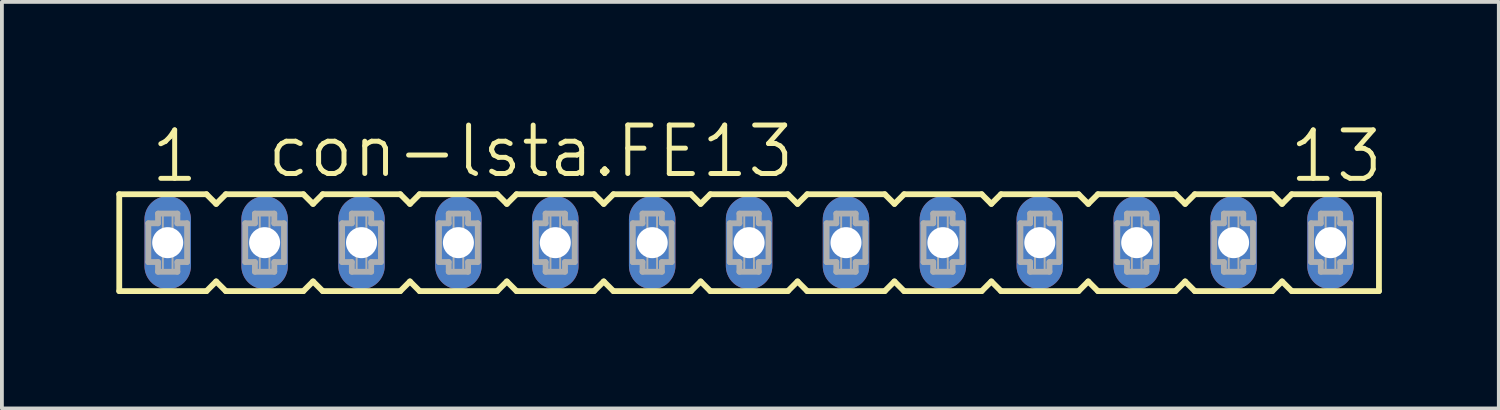
<source format=kicad_pcb>
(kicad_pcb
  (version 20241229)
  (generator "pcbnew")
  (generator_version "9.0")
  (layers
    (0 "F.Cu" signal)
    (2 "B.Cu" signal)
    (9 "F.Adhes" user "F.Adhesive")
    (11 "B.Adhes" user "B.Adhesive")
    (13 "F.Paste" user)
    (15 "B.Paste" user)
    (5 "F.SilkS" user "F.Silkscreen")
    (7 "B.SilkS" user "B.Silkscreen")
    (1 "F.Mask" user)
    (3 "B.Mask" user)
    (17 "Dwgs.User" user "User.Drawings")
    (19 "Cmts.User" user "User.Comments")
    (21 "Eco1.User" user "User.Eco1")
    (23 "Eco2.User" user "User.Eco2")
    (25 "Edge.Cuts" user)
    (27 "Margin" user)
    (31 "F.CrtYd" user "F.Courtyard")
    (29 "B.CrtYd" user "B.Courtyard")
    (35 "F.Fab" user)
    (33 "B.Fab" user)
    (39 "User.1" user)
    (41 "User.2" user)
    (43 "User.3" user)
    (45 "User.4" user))
  (footprint "con-lsta.FE13"
    (layer "F.Cu")
    (at 16.586 3.311)
    (property "Reference" "con-lsta.FE13" (at -12.7 -1.651 0) (layer "F.SilkS") (effects (font (size 1.27 1.27) (thickness 0.13)) (justify left bottom)))
    (attr through_hole)
    (fp_line (start -16.51 -1.27) (end -16.51 1.27) (stroke (width 0.152) (type default)) (layer "F.SilkS"))
    (fp_line (start -16.51 1.27) (end -14.224 1.27) (stroke (width 0.152) (type default)) (layer "F.SilkS"))
    (fp_line (start -14.224 -1.27) (end -16.51 -1.27) (stroke (width 0.152) (type default)) (layer "F.SilkS"))
    (fp_line (start -14.224 1.27) (end -13.97 1.016) (stroke (width 0.152) (type default)) (layer "F.SilkS"))
    (fp_line (start -13.97 -1.016) (end -14.224 -1.27) (stroke (width 0.152) (type default)) (layer "F.SilkS"))
    (fp_line (start -13.97 1.016) (end -13.716 1.27) (stroke (width 0.152) (type default)) (layer "F.SilkS"))
    (fp_line (start -13.716 -1.27) (end -13.97 -1.016) (stroke (width 0.152) (type default)) (layer "F.SilkS"))
    (fp_line (start -13.716 1.27) (end -11.684 1.27) (stroke (width 0.152) (type default)) (layer "F.SilkS"))
    (fp_line (start -11.684 -1.27) (end -13.716 -1.27) (stroke (width 0.152) (type default)) (layer "F.SilkS"))
    (fp_line (start -11.684 1.27) (end -11.43 1.016) (stroke (width 0.152) (type default)) (layer "F.SilkS"))
    (fp_line (start -11.43 -1.016) (end -11.684 -1.27) (stroke (width 0.152) (type default)) (layer "F.SilkS"))
    (fp_line (start -11.43 1.016) (end -11.176 1.27) (stroke (width 0.152) (type default)) (layer "F.SilkS"))
    (fp_line (start -11.176 -1.27) (end -11.43 -1.016) (stroke (width 0.152) (type default)) (layer "F.SilkS"))
    (fp_line (start -11.176 1.27) (end -9.144 1.27) (stroke (width 0.152) (type default)) (layer "F.SilkS"))
    (fp_line (start -9.144 -1.27) (end -11.176 -1.27) (stroke (width 0.152) (type default)) (layer "F.SilkS"))
    (fp_line (start -9.144 1.27) (end -8.89 1.016) (stroke (width 0.152) (type default)) (layer "F.SilkS"))
    (fp_line (start -8.89 -1.016) (end -9.144 -1.27) (stroke (width 0.152) (type default)) (layer "F.SilkS"))
    (fp_line (start -8.89 1.016) (end -8.636 1.27) (stroke (width 0.152) (type default)) (layer "F.SilkS"))
    (fp_line (start -8.636 -1.27) (end -8.89 -1.016) (stroke (width 0.152) (type default)) (layer "F.SilkS"))
    (fp_line (start -8.636 1.27) (end -6.604 1.27) (stroke (width 0.152) (type default)) (layer "F.SilkS"))
    (fp_line (start -6.604 -1.27) (end -8.636 -1.27) (stroke (width 0.152) (type default)) (layer "F.SilkS"))
    (fp_line (start -6.604 1.27) (end -6.35 1.016) (stroke (width 0.152) (type default)) (layer "F.SilkS"))
    (fp_line (start -6.35 -1.016) (end -6.604 -1.27) (stroke (width 0.152) (type default)) (layer "F.SilkS"))
    (fp_line (start -6.35 1.016) (end -6.096 1.27) (stroke (width 0.152) (type default)) (layer "F.SilkS"))
    (fp_line (start -6.096 -1.27) (end -6.35 -1.016) (stroke (width 0.152) (type default)) (layer "F.SilkS"))
    (fp_line (start -6.096 1.27) (end -4.064 1.27) (stroke (width 0.152) (type default)) (layer "F.SilkS"))
    (fp_line (start -4.064 -1.27) (end -6.096 -1.27) (stroke (width 0.152) (type default)) (layer "F.SilkS"))
    (fp_line (start -4.064 1.27) (end -3.81 1.016) (stroke (width 0.152) (type default)) (layer "F.SilkS"))
    (fp_line (start -3.81 -1.016) (end -4.064 -1.27) (stroke (width 0.152) (type default)) (layer "F.SilkS"))
    (fp_line (start -3.81 1.016) (end -3.556 1.27) (stroke (width 0.152) (type default)) (layer "F.SilkS"))
    (fp_line (start -3.556 -1.27) (end -3.81 -1.016) (stroke (width 0.152) (type default)) (layer "F.SilkS"))
    (fp_line (start -3.556 1.27) (end -1.524 1.27) (stroke (width 0.152) (type default)) (layer "F.SilkS"))
    (fp_line (start -1.524 -1.27) (end -3.556 -1.27) (stroke (width 0.152) (type default)) (layer "F.SilkS"))
    (fp_line (start -1.524 1.27) (end -1.27 1.016) (stroke (width 0.152) (type default)) (layer "F.SilkS"))
    (fp_line (start -1.27 -1.016) (end -1.524 -1.27) (stroke (width 0.152) (type default)) (layer "F.SilkS"))
    (fp_line (start -1.27 1.016) (end -1.016 1.27) (stroke (width 0.152) (type default)) (layer "F.SilkS"))
    (fp_line (start -1.016 -1.27) (end -1.27 -1.016) (stroke (width 0.152) (type default)) (layer "F.SilkS"))
    (fp_line (start -1.016 1.27) (end 1.016 1.27) (stroke (width 0.152) (type default)) (layer "F.SilkS"))
    (fp_line (start 1.016 -1.27) (end -1.016 -1.27) (stroke (width 0.152) (type default)) (layer "F.SilkS"))
    (fp_line (start 1.016 1.27) (end 1.27 1.016) (stroke (width 0.152) (type default)) (layer "F.SilkS"))
    (fp_line (start 1.27 -1.016) (end 1.016 -1.27) (stroke (width 0.152) (type default)) (layer "F.SilkS"))
    (fp_line (start 1.27 1.016) (end 1.524 1.27) (stroke (width 0.152) (type default)) (layer "F.SilkS"))
    (fp_line (start 1.524 -1.27) (end 1.27 -1.016) (stroke (width 0.152) (type default)) (layer "F.SilkS"))
    (fp_line (start 1.524 1.27) (end 3.556 1.27) (stroke (width 0.152) (type default)) (layer "F.SilkS"))
    (fp_line (start 3.556 -1.27) (end 1.524 -1.27) (stroke (width 0.152) (type default)) (layer "F.SilkS"))
    (fp_line (start 3.556 1.27) (end 3.81 1.016) (stroke (width 0.152) (type default)) (layer "F.SilkS"))
    (fp_line (start 3.81 -1.016) (end 3.556 -1.27) (stroke (width 0.152) (type default)) (layer "F.SilkS"))
    (fp_line (start 3.81 1.016) (end 4.064 1.27) (stroke (width 0.152) (type default)) (layer "F.SilkS"))
    (fp_line (start 4.064 -1.27) (end 3.81 -1.016) (stroke (width 0.152) (type default)) (layer "F.SilkS"))
    (fp_line (start 4.064 1.27) (end 6.096 1.27) (stroke (width 0.152) (type default)) (layer "F.SilkS"))
    (fp_line (start 6.096 -1.27) (end 4.064 -1.27) (stroke (width 0.152) (type default)) (layer "F.SilkS"))
    (fp_line (start 6.096 1.27) (end 6.35 1.016) (stroke (width 0.152) (type default)) (layer "F.SilkS"))
    (fp_line (start 6.35 -1.016) (end 6.096 -1.27) (stroke (width 0.152) (type default)) (layer "F.SilkS"))
    (fp_line (start 6.35 1.016) (end 6.604 1.27) (stroke (width 0.152) (type default)) (layer "F.SilkS"))
    (fp_line (start 6.604 -1.27) (end 6.35 -1.016) (stroke (width 0.152) (type default)) (layer "F.SilkS"))
    (fp_line (start 6.604 1.27) (end 8.636 1.27) (stroke (width 0.152) (type default)) (layer "F.SilkS"))
    (fp_line (start 8.636 -1.27) (end 6.604 -1.27) (stroke (width 0.152) (type default)) (layer "F.SilkS"))
    (fp_line (start 8.636 1.27) (end 8.89 1.016) (stroke (width 0.152) (type default)) (layer "F.SilkS"))
    (fp_line (start 8.89 -1.016) (end 8.636 -1.27) (stroke (width 0.152) (type default)) (layer "F.SilkS"))
    (fp_line (start 8.89 1.016) (end 9.144 1.27) (stroke (width 0.152) (type default)) (layer "F.SilkS"))
    (fp_line (start 9.144 -1.27) (end 8.89 -1.016) (stroke (width 0.152) (type default)) (layer "F.SilkS"))
    (fp_line (start 9.144 1.27) (end 11.176 1.27) (stroke (width 0.152) (type default)) (layer "F.SilkS"))
    (fp_line (start 11.176 -1.27) (end 9.144 -1.27) (stroke (width 0.152) (type default)) (layer "F.SilkS"))
    (fp_line (start 11.176 1.27) (end 11.43 1.016) (stroke (width 0.152) (type default)) (layer "F.SilkS"))
    (fp_line (start 11.43 -1.016) (end 11.176 -1.27) (stroke (width 0.152) (type default)) (layer "F.SilkS"))
    (fp_line (start 11.43 1.016) (end 11.684 1.27) (stroke (width 0.152) (type default)) (layer "F.SilkS"))
    (fp_line (start 11.684 -1.27) (end 11.43 -1.016) (stroke (width 0.152) (type default)) (layer "F.SilkS"))
    (fp_line (start 11.684 1.27) (end 13.716 1.27) (stroke (width 0.152) (type default)) (layer "F.SilkS"))
    (fp_line (start 13.716 -1.27) (end 11.684 -1.27) (stroke (width 0.152) (type default)) (layer "F.SilkS"))
    (fp_line (start 13.716 1.27) (end 13.97 1.016) (stroke (width 0.152) (type default)) (layer "F.SilkS"))
    (fp_line (start 13.97 -1.016) (end 13.716 -1.27) (stroke (width 0.152) (type default)) (layer "F.SilkS"))
    (fp_line (start 13.97 1.016) (end 14.224 1.27) (stroke (width 0.152) (type default)) (layer "F.SilkS"))
    (fp_line (start 14.224 -1.27) (end 13.97 -1.016) (stroke (width 0.152) (type default)) (layer "F.SilkS"))
    (fp_line (start 14.224 1.27) (end 16.51 1.27) (stroke (width 0.152) (type default)) (layer "F.SilkS"))
    (fp_line (start 16.51 -1.27) (end 14.224 -1.27) (stroke (width 0.152) (type default)) (layer "F.SilkS"))
    (fp_line (start 16.51 1.27) (end 16.51 -1.27) (stroke (width 0.152) (type default)) (layer "F.SilkS"))
    (fp_line (start -15.748 -0.508) (end -15.748 0.508) (stroke (width 0.152) (type default)) (layer "F.Fab"))
    (fp_line (start -15.748 0.508) (end -15.494 0.508) (stroke (width 0.152) (type default)) (layer "F.Fab"))
    (fp_line (start -15.494 -0.762) (end -15.494 -0.508) (stroke (width 0.152) (type default)) (layer "F.Fab"))
    (fp_line (start -15.494 -0.508) (end -15.748 -0.508) (stroke (width 0.152) (type default)) (layer "F.Fab"))
    (fp_line (start -15.494 0.508) (end -15.494 0.762) (stroke (width 0.152) (type default)) (layer "F.Fab"))
    (fp_line (start -15.494 0.762) (end -14.986 0.762) (stroke (width 0.152) (type default)) (layer "F.Fab"))
    (fp_line (start -14.986 -0.762) (end -15.494 -0.762) (stroke (width 0.152) (type default)) (layer "F.Fab"))
    (fp_line (start -14.986 -0.508) (end -14.986 -0.762) (stroke (width 0.152) (type default)) (layer "F.Fab"))
    (fp_line (start -14.986 0.508) (end -14.732 0.508) (stroke (width 0.152) (type default)) (layer "F.Fab"))
    (fp_line (start -14.986 0.762) (end -14.986 0.508) (stroke (width 0.152) (type default)) (layer "F.Fab"))
    (fp_line (start -14.732 -0.508) (end -14.986 -0.508) (stroke (width 0.152) (type default)) (layer "F.Fab"))
    (fp_line (start -14.732 0.508) (end -14.732 -0.508) (stroke (width 0.152) (type default)) (layer "F.Fab"))
    (fp_line (start -13.208 -0.508) (end -13.208 0.508) (stroke (width 0.152) (type default)) (layer "F.Fab"))
    (fp_line (start -13.208 0.508) (end -12.954 0.508) (stroke (width 0.152) (type default)) (layer "F.Fab"))
    (fp_line (start -12.954 -0.762) (end -12.954 -0.508) (stroke (width 0.152) (type default)) (layer "F.Fab"))
    (fp_line (start -12.954 -0.508) (end -13.208 -0.508) (stroke (width 0.152) (type default)) (layer "F.Fab"))
    (fp_line (start -12.954 0.508) (end -12.954 0.762) (stroke (width 0.152) (type default)) (layer "F.Fab"))
    (fp_line (start -12.954 0.762) (end -12.446 0.762) (stroke (width 0.152) (type default)) (layer "F.Fab"))
    (fp_line (start -12.446 -0.762) (end -12.954 -0.762) (stroke (width 0.152) (type default)) (layer "F.Fab"))
    (fp_line (start -12.446 -0.508) (end -12.446 -0.762) (stroke (width 0.152) (type default)) (layer "F.Fab"))
    (fp_line (start -12.446 0.508) (end -12.192 0.508) (stroke (width 0.152) (type default)) (layer "F.Fab"))
    (fp_line (start -12.446 0.762) (end -12.446 0.508) (stroke (width 0.152) (type default)) (layer "F.Fab"))
    (fp_line (start -12.192 -0.508) (end -12.446 -0.508) (stroke (width 0.152) (type default)) (layer "F.Fab"))
    (fp_line (start -12.192 0.508) (end -12.192 -0.508) (stroke (width 0.152) (type default)) (layer "F.Fab"))
    (fp_line (start -10.668 -0.508) (end -10.668 0.508) (stroke (width 0.152) (type default)) (layer "F.Fab"))
    (fp_line (start -10.668 0.508) (end -10.414 0.508) (stroke (width 0.152) (type default)) (layer "F.Fab"))
    (fp_line (start -10.414 -0.762) (end -10.414 -0.508) (stroke (width 0.152) (type default)) (layer "F.Fab"))
    (fp_line (start -10.414 -0.508) (end -10.668 -0.508) (stroke (width 0.152) (type default)) (layer "F.Fab"))
    (fp_line (start -10.414 0.508) (end -10.414 0.762) (stroke (width 0.152) (type default)) (layer "F.Fab"))
    (fp_line (start -10.414 0.762) (end -9.906 0.762) (stroke (width 0.152) (type default)) (layer "F.Fab"))
    (fp_line (start -9.906 -0.762) (end -10.414 -0.762) (stroke (width 0.152) (type default)) (layer "F.Fab"))
    (fp_line (start -9.906 -0.508) (end -9.906 -0.762) (stroke (width 0.152) (type default)) (layer "F.Fab"))
    (fp_line (start -9.906 0.508) (end -9.652 0.508) (stroke (width 0.152) (type default)) (layer "F.Fab"))
    (fp_line (start -9.906 0.762) (end -9.906 0.508) (stroke (width 0.152) (type default)) (layer "F.Fab"))
    (fp_line (start -9.652 -0.508) (end -9.906 -0.508) (stroke (width 0.152) (type default)) (layer "F.Fab"))
    (fp_line (start -9.652 0.508) (end -9.652 -0.508) (stroke (width 0.152) (type default)) (layer "F.Fab"))
    (fp_line (start -8.128 -0.508) (end -8.128 0.508) (stroke (width 0.152) (type default)) (layer "F.Fab"))
    (fp_line (start -8.128 0.508) (end -7.874 0.508) (stroke (width 0.152) (type default)) (layer "F.Fab"))
    (fp_line (start -7.874 -0.762) (end -7.874 -0.508) (stroke (width 0.152) (type default)) (layer "F.Fab"))
    (fp_line (start -7.874 -0.508) (end -8.128 -0.508) (stroke (width 0.152) (type default)) (layer "F.Fab"))
    (fp_line (start -7.874 0.508) (end -7.874 0.762) (stroke (width 0.152) (type default)) (layer "F.Fab"))
    (fp_line (start -7.874 0.762) (end -7.366 0.762) (stroke (width 0.152) (type default)) (layer "F.Fab"))
    (fp_line (start -7.366 -0.762) (end -7.874 -0.762) (stroke (width 0.152) (type default)) (layer "F.Fab"))
    (fp_line (start -7.366 -0.508) (end -7.366 -0.762) (stroke (width 0.152) (type default)) (layer "F.Fab"))
    (fp_line (start -7.366 0.508) (end -7.112 0.508) (stroke (width 0.152) (type default)) (layer "F.Fab"))
    (fp_line (start -7.366 0.762) (end -7.366 0.508) (stroke (width 0.152) (type default)) (layer "F.Fab"))
    (fp_line (start -7.112 -0.508) (end -7.366 -0.508) (stroke (width 0.152) (type default)) (layer "F.Fab"))
    (fp_line (start -7.112 0.508) (end -7.112 -0.508) (stroke (width 0.152) (type default)) (layer "F.Fab"))
    (fp_line (start -5.588 -0.508) (end -5.588 0.508) (stroke (width 0.152) (type default)) (layer "F.Fab"))
    (fp_line (start -5.588 0.508) (end -5.334 0.508) (stroke (width 0.152) (type default)) (layer "F.Fab"))
    (fp_line (start -5.334 -0.762) (end -5.334 -0.508) (stroke (width 0.152) (type default)) (layer "F.Fab"))
    (fp_line (start -5.334 -0.508) (end -5.588 -0.508) (stroke (width 0.152) (type default)) (layer "F.Fab"))
    (fp_line (start -5.334 0.508) (end -5.334 0.762) (stroke (width 0.152) (type default)) (layer "F.Fab"))
    (fp_line (start -5.334 0.762) (end -4.826 0.762) (stroke (width 0.152) (type default)) (layer "F.Fab"))
    (fp_line (start -4.826 -0.762) (end -5.334 -0.762) (stroke (width 0.152) (type default)) (layer "F.Fab"))
    (fp_line (start -4.826 -0.508) (end -4.826 -0.762) (stroke (width 0.152) (type default)) (layer "F.Fab"))
    (fp_line (start -4.826 0.508) (end -4.572 0.508) (stroke (width 0.152) (type default)) (layer "F.Fab"))
    (fp_line (start -4.826 0.762) (end -4.826 0.508) (stroke (width 0.152) (type default)) (layer "F.Fab"))
    (fp_line (start -4.572 -0.508) (end -4.826 -0.508) (stroke (width 0.152) (type default)) (layer "F.Fab"))
    (fp_line (start -4.572 0.508) (end -4.572 -0.508) (stroke (width 0.152) (type default)) (layer "F.Fab"))
    (fp_line (start -3.048 -0.508) (end -3.048 0.508) (stroke (width 0.152) (type default)) (layer "F.Fab"))
    (fp_line (start -3.048 0.508) (end -2.794 0.508) (stroke (width 0.152) (type default)) (layer "F.Fab"))
    (fp_line (start -2.794 -0.762) (end -2.794 -0.508) (stroke (width 0.152) (type default)) (layer "F.Fab"))
    (fp_line (start -2.794 -0.508) (end -3.048 -0.508) (stroke (width 0.152) (type default)) (layer "F.Fab"))
    (fp_line (start -2.794 0.508) (end -2.794 0.762) (stroke (width 0.152) (type default)) (layer "F.Fab"))
    (fp_line (start -2.794 0.762) (end -2.286 0.762) (stroke (width 0.152) (type default)) (layer "F.Fab"))
    (fp_line (start -2.286 -0.762) (end -2.794 -0.762) (stroke (width 0.152) (type default)) (layer "F.Fab"))
    (fp_line (start -2.286 -0.508) (end -2.286 -0.762) (stroke (width 0.152) (type default)) (layer "F.Fab"))
    (fp_line (start -2.286 0.508) (end -2.032 0.508) (stroke (width 0.152) (type default)) (layer "F.Fab"))
    (fp_line (start -2.286 0.762) (end -2.286 0.508) (stroke (width 0.152) (type default)) (layer "F.Fab"))
    (fp_line (start -2.032 -0.508) (end -2.286 -0.508) (stroke (width 0.152) (type default)) (layer "F.Fab"))
    (fp_line (start -2.032 0.508) (end -2.032 -0.508) (stroke (width 0.152) (type default)) (layer "F.Fab"))
    (fp_line (start -0.508 -0.508) (end -0.508 0.508) (stroke (width 0.152) (type default)) (layer "F.Fab"))
    (fp_line (start -0.508 0.508) (end -0.254 0.508) (stroke (width 0.152) (type default)) (layer "F.Fab"))
    (fp_line (start -0.254 -0.762) (end -0.254 -0.508) (stroke (width 0.152) (type default)) (layer "F.Fab"))
    (fp_line (start -0.254 -0.508) (end -0.508 -0.508) (stroke (width 0.152) (type default)) (layer "F.Fab"))
    (fp_line (start -0.254 0.508) (end -0.254 0.762) (stroke (width 0.152) (type default)) (layer "F.Fab"))
    (fp_line (start -0.254 0.762) (end 0.254 0.762) (stroke (width 0.152) (type default)) (layer "F.Fab"))
    (fp_line (start 0.254 -0.762) (end -0.254 -0.762) (stroke (width 0.152) (type default)) (layer "F.Fab"))
    (fp_line (start 0.254 -0.508) (end 0.254 -0.762) (stroke (width 0.152) (type default)) (layer "F.Fab"))
    (fp_line (start 0.254 0.508) (end 0.508 0.508) (stroke (width 0.152) (type default)) (layer "F.Fab"))
    (fp_line (start 0.254 0.762) (end 0.254 0.508) (stroke (width 0.152) (type default)) (layer "F.Fab"))
    (fp_line (start 0.508 -0.508) (end 0.254 -0.508) (stroke (width 0.152) (type default)) (layer "F.Fab"))
    (fp_line (start 0.508 0.508) (end 0.508 -0.508) (stroke (width 0.152) (type default)) (layer "F.Fab"))
    (fp_line (start 2.032 -0.508) (end 2.032 0.508) (stroke (width 0.152) (type default)) (layer "F.Fab"))
    (fp_line (start 2.032 0.508) (end 2.286 0.508) (stroke (width 0.152) (type default)) (layer "F.Fab"))
    (fp_line (start 2.286 -0.762) (end 2.286 -0.508) (stroke (width 0.152) (type default)) (layer "F.Fab"))
    (fp_line (start 2.286 -0.508) (end 2.032 -0.508) (stroke (width 0.152) (type default)) (layer "F.Fab"))
    (fp_line (start 2.286 0.508) (end 2.286 0.762) (stroke (width 0.152) (type default)) (layer "F.Fab"))
    (fp_line (start 2.286 0.762) (end 2.794 0.762) (stroke (width 0.152) (type default)) (layer "F.Fab"))
    (fp_line (start 2.794 -0.762) (end 2.286 -0.762) (stroke (width 0.152) (type default)) (layer "F.Fab"))
    (fp_line (start 2.794 -0.508) (end 2.794 -0.762) (stroke (width 0.152) (type default)) (layer "F.Fab"))
    (fp_line (start 2.794 0.508) (end 3.048 0.508) (stroke (width 0.152) (type default)) (layer "F.Fab"))
    (fp_line (start 2.794 0.762) (end 2.794 0.508) (stroke (width 0.152) (type default)) (layer "F.Fab"))
    (fp_line (start 3.048 -0.508) (end 2.794 -0.508) (stroke (width 0.152) (type default)) (layer "F.Fab"))
    (fp_line (start 3.048 0.508) (end 3.048 -0.508) (stroke (width 0.152) (type default)) (layer "F.Fab"))
    (fp_line (start 4.572 -0.508) (end 4.572 0.508) (stroke (width 0.152) (type default)) (layer "F.Fab"))
    (fp_line (start 4.572 0.508) (end 4.826 0.508) (stroke (width 0.152) (type default)) (layer "F.Fab"))
    (fp_line (start 4.826 -0.762) (end 4.826 -0.508) (stroke (width 0.152) (type default)) (layer "F.Fab"))
    (fp_line (start 4.826 -0.508) (end 4.572 -0.508) (stroke (width 0.152) (type default)) (layer "F.Fab"))
    (fp_line (start 4.826 0.508) (end 4.826 0.762) (stroke (width 0.152) (type default)) (layer "F.Fab"))
    (fp_line (start 4.826 0.762) (end 5.334 0.762) (stroke (width 0.152) (type default)) (layer "F.Fab"))
    (fp_line (start 5.334 -0.762) (end 4.826 -0.762) (stroke (width 0.152) (type default)) (layer "F.Fab"))
    (fp_line (start 5.334 -0.508) (end 5.334 -0.762) (stroke (width 0.152) (type default)) (layer "F.Fab"))
    (fp_line (start 5.334 0.508) (end 5.588 0.508) (stroke (width 0.152) (type default)) (layer "F.Fab"))
    (fp_line (start 5.334 0.762) (end 5.334 0.508) (stroke (width 0.152) (type default)) (layer "F.Fab"))
    (fp_line (start 5.588 -0.508) (end 5.334 -0.508) (stroke (width 0.152) (type default)) (layer "F.Fab"))
    (fp_line (start 5.588 0.508) (end 5.588 -0.508) (stroke (width 0.152) (type default)) (layer "F.Fab"))
    (fp_line (start 7.112 -0.508) (end 7.112 0.508) (stroke (width 0.152) (type default)) (layer "F.Fab"))
    (fp_line (start 7.112 0.508) (end 7.366 0.508) (stroke (width 0.152) (type default)) (layer "F.Fab"))
    (fp_line (start 7.366 -0.762) (end 7.366 -0.508) (stroke (width 0.152) (type default)) (layer "F.Fab"))
    (fp_line (start 7.366 -0.508) (end 7.112 -0.508) (stroke (width 0.152) (type default)) (layer "F.Fab"))
    (fp_line (start 7.366 0.508) (end 7.366 0.762) (stroke (width 0.152) (type default)) (layer "F.Fab"))
    (fp_line (start 7.366 0.762) (end 7.874 0.762) (stroke (width 0.152) (type default)) (layer "F.Fab"))
    (fp_line (start 7.874 -0.762) (end 7.366 -0.762) (stroke (width 0.152) (type default)) (layer "F.Fab"))
    (fp_line (start 7.874 -0.508) (end 7.874 -0.762) (stroke (width 0.152) (type default)) (layer "F.Fab"))
    (fp_line (start 7.874 0.508) (end 8.128 0.508) (stroke (width 0.152) (type default)) (layer "F.Fab"))
    (fp_line (start 7.874 0.762) (end 7.874 0.508) (stroke (width 0.152) (type default)) (layer "F.Fab"))
    (fp_line (start 8.128 -0.508) (end 7.874 -0.508) (stroke (width 0.152) (type default)) (layer "F.Fab"))
    (fp_line (start 8.128 0.508) (end 8.128 -0.508) (stroke (width 0.152) (type default)) (layer "F.Fab"))
    (fp_line (start 9.652 -0.508) (end 9.652 0.508) (stroke (width 0.152) (type default)) (layer "F.Fab"))
    (fp_line (start 9.652 0.508) (end 9.906 0.508) (stroke (width 0.152) (type default)) (layer "F.Fab"))
    (fp_line (start 9.906 -0.762) (end 9.906 -0.508) (stroke (width 0.152) (type default)) (layer "F.Fab"))
    (fp_line (start 9.906 -0.508) (end 9.652 -0.508) (stroke (width 0.152) (type default)) (layer "F.Fab"))
    (fp_line (start 9.906 0.508) (end 9.906 0.762) (stroke (width 0.152) (type default)) (layer "F.Fab"))
    (fp_line (start 9.906 0.762) (end 10.414 0.762) (stroke (width 0.152) (type default)) (layer "F.Fab"))
    (fp_line (start 10.414 -0.762) (end 9.906 -0.762) (stroke (width 0.152) (type default)) (layer "F.Fab"))
    (fp_line (start 10.414 -0.508) (end 10.414 -0.762) (stroke (width 0.152) (type default)) (layer "F.Fab"))
    (fp_line (start 10.414 0.508) (end 10.668 0.508) (stroke (width 0.152) (type default)) (layer "F.Fab"))
    (fp_line (start 10.414 0.762) (end 10.414 0.508) (stroke (width 0.152) (type default)) (layer "F.Fab"))
    (fp_line (start 10.668 -0.508) (end 10.414 -0.508) (stroke (width 0.152) (type default)) (layer "F.Fab"))
    (fp_line (start 10.668 0.508) (end 10.668 -0.508) (stroke (width 0.152) (type default)) (layer "F.Fab"))
    (fp_line (start 12.192 -0.508) (end 12.192 0.508) (stroke (width 0.152) (type default)) (layer "F.Fab"))
    (fp_line (start 12.192 0.508) (end 12.446 0.508) (stroke (width 0.152) (type default)) (layer "F.Fab"))
    (fp_line (start 12.446 -0.762) (end 12.446 -0.508) (stroke (width 0.152) (type default)) (layer "F.Fab"))
    (fp_line (start 12.446 -0.508) (end 12.192 -0.508) (stroke (width 0.152) (type default)) (layer "F.Fab"))
    (fp_line (start 12.446 0.508) (end 12.446 0.762) (stroke (width 0.152) (type default)) (layer "F.Fab"))
    (fp_line (start 12.446 0.762) (end 12.954 0.762) (stroke (width 0.152) (type default)) (layer "F.Fab"))
    (fp_line (start 12.954 -0.762) (end 12.446 -0.762) (stroke (width 0.152) (type default)) (layer "F.Fab"))
    (fp_line (start 12.954 -0.508) (end 12.954 -0.762) (stroke (width 0.152) (type default)) (layer "F.Fab"))
    (fp_line (start 12.954 0.508) (end 13.208 0.508) (stroke (width 0.152) (type default)) (layer "F.Fab"))
    (fp_line (start 12.954 0.762) (end 12.954 0.508) (stroke (width 0.152) (type default)) (layer "F.Fab"))
    (fp_line (start 13.208 -0.508) (end 12.954 -0.508) (stroke (width 0.152) (type default)) (layer "F.Fab"))
    (fp_line (start 13.208 0.508) (end 13.208 -0.508) (stroke (width 0.152) (type default)) (layer "F.Fab"))
    (fp_line (start 14.732 -0.508) (end 14.732 0.508) (stroke (width 0.152) (type default)) (layer "F.Fab"))
    (fp_line (start 14.732 0.508) (end 14.986 0.508) (stroke (width 0.152) (type default)) (layer "F.Fab"))
    (fp_line (start 14.986 -0.762) (end 14.986 -0.508) (stroke (width 0.152) (type default)) (layer "F.Fab"))
    (fp_line (start 14.986 -0.508) (end 14.732 -0.508) (stroke (width 0.152) (type default)) (layer "F.Fab"))
    (fp_line (start 14.986 0.508) (end 14.986 0.762) (stroke (width 0.152) (type default)) (layer "F.Fab"))
    (fp_line (start 14.986 0.762) (end 15.494 0.762) (stroke (width 0.152) (type default)) (layer "F.Fab"))
    (fp_line (start 15.494 -0.762) (end 14.986 -0.762) (stroke (width 0.152) (type default)) (layer "F.Fab"))
    (fp_line (start 15.494 -0.508) (end 15.494 -0.762) (stroke (width 0.152) (type default)) (layer "F.Fab"))
    (fp_line (start 15.494 0.508) (end 15.748 0.508) (stroke (width 0.152) (type default)) (layer "F.Fab"))
    (fp_line (start 15.494 0.762) (end 15.494 0.508) (stroke (width 0.152) (type default)) (layer "F.Fab"))
    (fp_line (start 15.748 -0.508) (end 15.494 -0.508) (stroke (width 0.152) (type default)) (layer "F.Fab"))
    (fp_line (start 15.748 0.508) (end 15.748 -0.508) (stroke (width 0.152) (type default)) (layer "F.Fab"))
    (fp_rect (start -15.367 -0.254) (end -15.113 -0.762) (stroke (width 0.05) (type default)) (fill no) (layer "F.Fab"))
    (fp_rect (start -15.367 0.762) (end -15.113 0.254) (stroke (width 0.05) (type default)) (fill no) (layer "F.Fab"))
    (fp_rect (start -12.827 -0.254) (end -12.573 -0.762) (stroke (width 0.05) (type default)) (fill no) (layer "F.Fab"))
    (fp_rect (start -12.827 0.762) (end -12.573 0.254) (stroke (width 0.05) (type default)) (fill no) (layer "F.Fab"))
    (fp_rect (start -10.287 -0.254) (end -10.033 -0.762) (stroke (width 0.05) (type default)) (fill no) (layer "F.Fab"))
    (fp_rect (start -10.287 0.762) (end -10.033 0.254) (stroke (width 0.05) (type default)) (fill no) (layer "F.Fab"))
    (fp_rect (start -7.747 -0.254) (end -7.493 -0.762) (stroke (width 0.05) (type default)) (fill no) (layer "F.Fab"))
    (fp_rect (start -7.747 0.762) (end -7.493 0.254) (stroke (width 0.05) (type default)) (fill no) (layer "F.Fab"))
    (fp_rect (start -5.207 -0.254) (end -4.953 -0.762) (stroke (width 0.05) (type default)) (fill no) (layer "F.Fab"))
    (fp_rect (start -5.207 0.762) (end -4.953 0.254) (stroke (width 0.05) (type default)) (fill no) (layer "F.Fab"))
    (fp_rect (start -2.667 -0.254) (end -2.413 -0.762) (stroke (width 0.05) (type default)) (fill no) (layer "F.Fab"))
    (fp_rect (start -2.667 0.762) (end -2.413 0.254) (stroke (width 0.05) (type default)) (fill no) (layer "F.Fab"))
    (fp_rect (start -0.127 -0.254) (end 0.127 -0.762) (stroke (width 0.05) (type default)) (fill no) (layer "F.Fab"))
    (fp_rect (start -0.127 0.762) (end 0.127 0.254) (stroke (width 0.05) (type default)) (fill no) (layer "F.Fab"))
    (fp_rect (start 2.413 -0.254) (end 2.667 -0.762) (stroke (width 0.05) (type default)) (fill no) (layer "F.Fab"))
    (fp_rect (start 2.413 0.762) (end 2.667 0.254) (stroke (width 0.05) (type default)) (fill no) (layer "F.Fab"))
    (fp_rect (start 4.953 -0.254) (end 5.207 -0.762) (stroke (width 0.05) (type default)) (fill no) (layer "F.Fab"))
    (fp_rect (start 4.953 0.762) (end 5.207 0.254) (stroke (width 0.05) (type default)) (fill no) (layer "F.Fab"))
    (fp_rect (start 7.493 -0.254) (end 7.747 -0.762) (stroke (width 0.05) (type default)) (fill no) (layer "F.Fab"))
    (fp_rect (start 7.493 0.762) (end 7.747 0.254) (stroke (width 0.05) (type default)) (fill no) (layer "F.Fab"))
    (fp_rect (start 10.033 -0.254) (end 10.287 -0.762) (stroke (width 0.05) (type default)) (fill no) (layer "F.Fab"))
    (fp_rect (start 10.033 0.762) (end 10.287 0.254) (stroke (width 0.05) (type default)) (fill no) (layer "F.Fab"))
    (fp_rect (start 12.573 -0.254) (end 12.827 -0.762) (stroke (width 0.05) (type default)) (fill no) (layer "F.Fab"))
    (fp_rect (start 12.573 0.762) (end 12.827 0.254) (stroke (width 0.05) (type default)) (fill no) (layer "F.Fab"))
    (fp_rect (start 15.113 -0.254) (end 15.367 -0.762) (stroke (width 0.05) (type default)) (fill no) (layer "F.Fab"))
    (fp_rect (start 15.113 0.762) (end 15.367 0.254) (stroke (width 0.05) (type default)) (fill no) (layer "F.Fab"))
    (fp_text user "1" (at -15.748 -1.524 0) (layer "F.SilkS") (effects (font (size 1.27 1.27) (thickness 0.13)) (justify left bottom)))
    (fp_text user "13" (at 14.097 -1.524 0) (layer "F.SilkS") (effects (font (size 1.27 1.27) (thickness 0.13)) (justify left bottom)))
    (pad "1" thru_hole oval (at -15.24 0 90) (size 2.438 1.219) (drill 0.813) (layers "*.Cu" "*.Mask"))
    (pad "2" thru_hole oval (at -12.7 0 90) (size 2.438 1.219) (drill 0.813) (layers "*.Cu" "*.Mask"))
    (pad "3" thru_hole oval (at -10.16 0 90) (size 2.438 1.219) (drill 0.813) (layers "*.Cu" "*.Mask"))
    (pad "4" thru_hole oval (at -7.62 0 90) (size 2.438 1.219) (drill 0.813) (layers "*.Cu" "*.Mask"))
    (pad "5" thru_hole oval (at -5.08 0 90) (size 2.438 1.219) (drill 0.813) (layers "*.Cu" "*.Mask"))
    (pad "6" thru_hole oval (at -2.54 0 90) (size 2.438 1.219) (drill 0.813) (layers "*.Cu" "*.Mask"))
    (pad "7" thru_hole oval (at 0 0 90) (size 2.438 1.219) (drill 0.813) (layers "*.Cu" "*.Mask"))
    (pad "8" thru_hole oval (at 2.54 0 90) (size 2.438 1.219) (drill 0.813) (layers "*.Cu" "*.Mask"))
    (pad "9" thru_hole oval (at 5.08 0 90) (size 2.438 1.219) (drill 0.813) (layers "*.Cu" "*.Mask"))
    (pad "10" thru_hole oval (at 7.62 0 90) (size 2.438 1.219) (drill 0.813) (layers "*.Cu" "*.Mask"))
    (pad "11" thru_hole oval (at 10.16 0 90) (size 2.438 1.219) (drill 0.813) (layers "*.Cu" "*.Mask"))
    (pad "12" thru_hole oval (at 12.7 0 90) (size 2.438 1.219) (drill 0.813) (layers "*.Cu" "*.Mask"))
    (pad "13" thru_hole oval (at 15.24 0 90) (size 2.438 1.219) (drill 0.813) (layers "*.Cu" "*.Mask")))
  (gr_rect
    (start -3 -3)
    (end 36.238 7.657)
    (stroke (width 0.1) (type default))
    (fill no)
    (layer "Edge.Cuts")))
</source>
